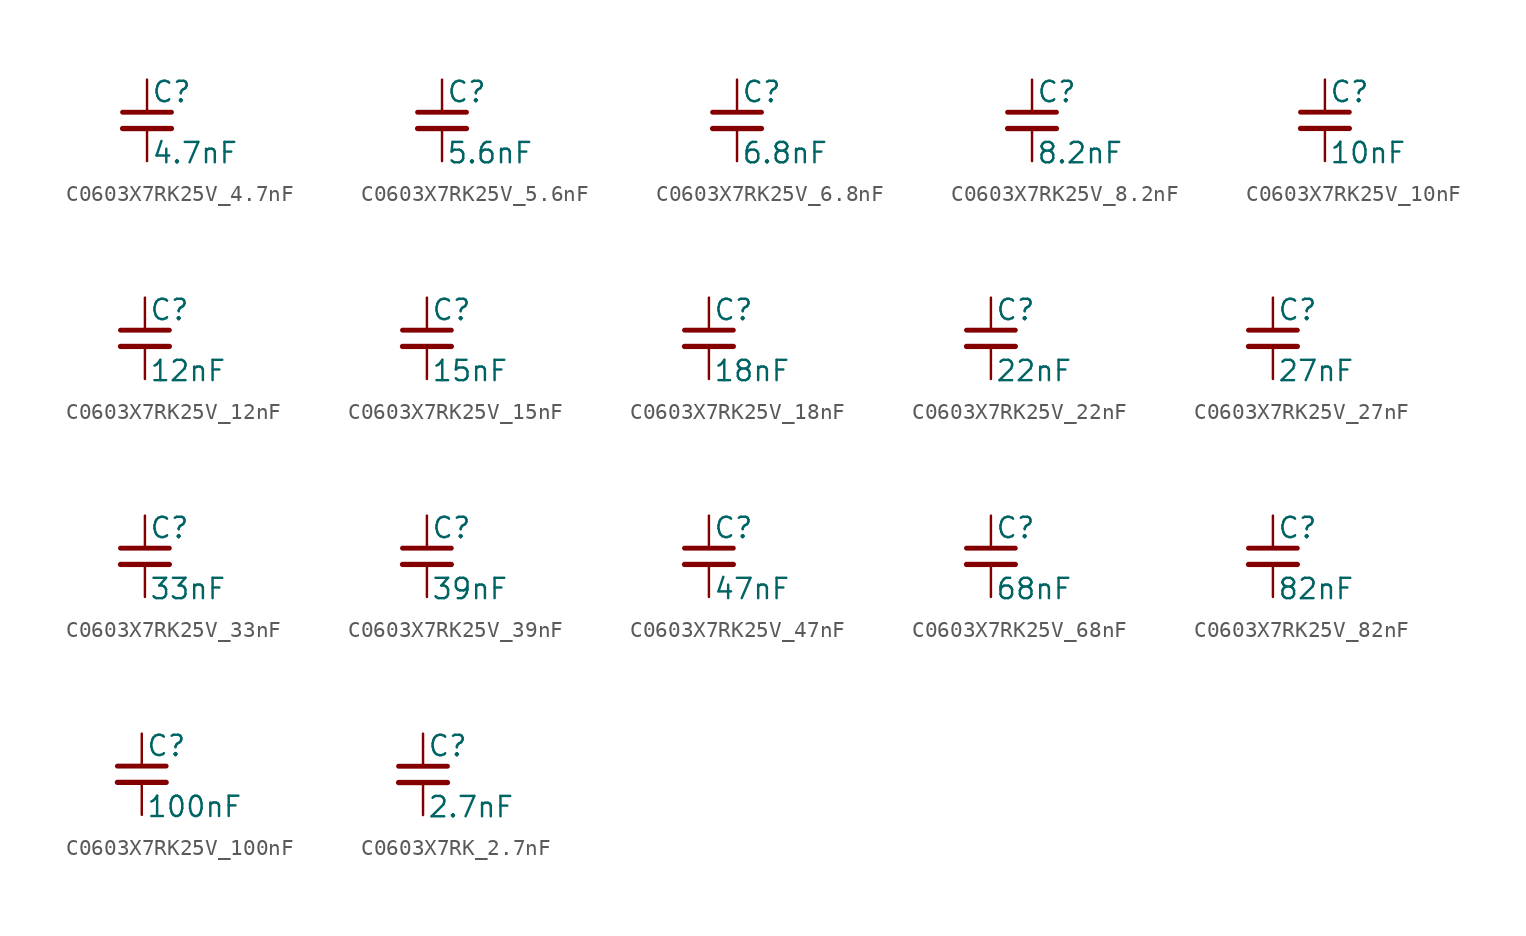
<source format=kicad_sym>
(kicad_symbol_lib
  (version 20220914)
  (generator kicad_symbol_editor)
  (symbol "C0603X7RK25V_4.7nF"
    (pin_numbers hide)
    (pin_names
      (offset 0.254) hide)
    (property "Reference" "C"
      (at 0.254 1.778 0)
      (effects (font (size 1.27 1.27)) (justify left)))
    (property "Value" "4.7nF"
      (at 0.254 -2.032 0)
      (effects (font (size 1.27 1.27)) (justify left)))
    (symbol "C0603X7RK25V_4.7nF_0_1"
      (polyline (pts (xy -1.524 -0.508) (xy 1.524 -0.508)) (stroke (width 0.33) (type default)) (fill (type none)))
      (polyline (pts (xy -1.524 0.508) (xy 1.524 0.508)) (stroke (width 0.305) (type default)) (fill (type none))))
    (symbol "C0603X7RK25V_4.7nF_1_1"
      (pin passive line (at 0 2.54 270) (length 2.032) (name "~" (effects (font (size 1.27 1.27)))) (number "1" (effects (font (size 1.27 1.27)))))
      (pin passive line (at 0 -2.54 90) (length 2.032) (name "~" (effects (font (size 1.27 1.27)))) (number "2" (effects (font (size 1.27 1.27)))))))
  (symbol "C0603X7RK25V_5.6nF"
    (pin_numbers hide)
    (pin_names
      (offset 0.254) hide)
    (property "Reference" "C"
      (at 0.254 1.778 0)
      (effects (font (size 1.27 1.27)) (justify left)))
    (property "Value" "5.6nF"
      (at 0.254 -2.032 0)
      (effects (font (size 1.27 1.27)) (justify left)))
    (symbol "C0603X7RK25V_5.6nF_0_1"
      (polyline (pts (xy -1.524 -0.508) (xy 1.524 -0.508)) (stroke (width 0.33) (type default)) (fill (type none)))
      (polyline (pts (xy -1.524 0.508) (xy 1.524 0.508)) (stroke (width 0.305) (type default)) (fill (type none))))
    (symbol "C0603X7RK25V_5.6nF_1_1"
      (pin passive line (at 0 2.54 270) (length 2.032) (name "~" (effects (font (size 1.27 1.27)))) (number "1" (effects (font (size 1.27 1.27)))))
      (pin passive line (at 0 -2.54 90) (length 2.032) (name "~" (effects (font (size 1.27 1.27)))) (number "2" (effects (font (size 1.27 1.27)))))))
  (symbol "C0603X7RK25V_6.8nF"
    (pin_numbers hide)
    (pin_names
      (offset 0.254) hide)
    (property "Reference" "C"
      (at 0.254 1.778 0)
      (effects (font (size 1.27 1.27)) (justify left)))
    (property "Value" "6.8nF"
      (at 0.254 -2.032 0)
      (effects (font (size 1.27 1.27)) (justify left)))
    (symbol "C0603X7RK25V_6.8nF_0_1"
      (polyline (pts (xy -1.524 -0.508) (xy 1.524 -0.508)) (stroke (width 0.33) (type default)) (fill (type none)))
      (polyline (pts (xy -1.524 0.508) (xy 1.524 0.508)) (stroke (width 0.305) (type default)) (fill (type none))))
    (symbol "C0603X7RK25V_6.8nF_1_1"
      (pin passive line (at 0 2.54 270) (length 2.032) (name "~" (effects (font (size 1.27 1.27)))) (number "1" (effects (font (size 1.27 1.27)))))
      (pin passive line (at 0 -2.54 90) (length 2.032) (name "~" (effects (font (size 1.27 1.27)))) (number "2" (effects (font (size 1.27 1.27)))))))
  (symbol "C0603X7RK25V_8.2nF"
    (pin_numbers hide)
    (pin_names
      (offset 0.254) hide)
    (property "Reference" "C"
      (at 0.254 1.778 0)
      (effects (font (size 1.27 1.27)) (justify left)))
    (property "Value" "8.2nF"
      (at 0.254 -2.032 0)
      (effects (font (size 1.27 1.27)) (justify left)))
    (symbol "C0603X7RK25V_8.2nF_0_1"
      (polyline (pts (xy -1.524 -0.508) (xy 1.524 -0.508)) (stroke (width 0.33) (type default)) (fill (type none)))
      (polyline (pts (xy -1.524 0.508) (xy 1.524 0.508)) (stroke (width 0.305) (type default)) (fill (type none))))
    (symbol "C0603X7RK25V_8.2nF_1_1"
      (pin passive line (at 0 2.54 270) (length 2.032) (name "~" (effects (font (size 1.27 1.27)))) (number "1" (effects (font (size 1.27 1.27)))))
      (pin passive line (at 0 -2.54 90) (length 2.032) (name "~" (effects (font (size 1.27 1.27)))) (number "2" (effects (font (size 1.27 1.27)))))))
  (symbol "C0603X7RK25V_10nF"
    (pin_numbers hide)
    (pin_names
      (offset 0.254) hide)
    (property "Reference" "C"
      (at 0.254 1.778 0)
      (effects (font (size 1.27 1.27)) (justify left)))
    (property "Value" "10nF"
      (at 0.254 -2.032 0)
      (effects (font (size 1.27 1.27)) (justify left)))
    (symbol "C0603X7RK25V_10nF_0_1"
      (polyline (pts (xy -1.524 -0.508) (xy 1.524 -0.508)) (stroke (width 0.33) (type default)) (fill (type none)))
      (polyline (pts (xy -1.524 0.508) (xy 1.524 0.508)) (stroke (width 0.305) (type default)) (fill (type none))))
    (symbol "C0603X7RK25V_10nF_1_1"
      (pin passive line (at 0 2.54 270) (length 2.032) (name "~" (effects (font (size 1.27 1.27)))) (number "1" (effects (font (size 1.27 1.27)))))
      (pin passive line (at 0 -2.54 90) (length 2.032) (name "~" (effects (font (size 1.27 1.27)))) (number "2" (effects (font (size 1.27 1.27)))))))
  (symbol "C0603X7RK25V_12nF"
    (pin_numbers hide)
    (pin_names
      (offset 0.254) hide)
    (property "Reference" "C"
      (at 0.254 1.778 0)
      (effects (font (size 1.27 1.27)) (justify left)))
    (property "Value" "12nF"
      (at 0.254 -2.032 0)
      (effects (font (size 1.27 1.27)) (justify left)))
    (symbol "C0603X7RK25V_12nF_0_1"
      (polyline (pts (xy -1.524 -0.508) (xy 1.524 -0.508)) (stroke (width 0.33) (type default)) (fill (type none)))
      (polyline (pts (xy -1.524 0.508) (xy 1.524 0.508)) (stroke (width 0.305) (type default)) (fill (type none))))
    (symbol "C0603X7RK25V_12nF_1_1"
      (pin passive line (at 0 2.54 270) (length 2.032) (name "~" (effects (font (size 1.27 1.27)))) (number "1" (effects (font (size 1.27 1.27)))))
      (pin passive line (at 0 -2.54 90) (length 2.032) (name "~" (effects (font (size 1.27 1.27)))) (number "2" (effects (font (size 1.27 1.27)))))))
  (symbol "C0603X7RK25V_15nF"
    (pin_numbers hide)
    (pin_names
      (offset 0.254) hide)
    (property "Reference" "C"
      (at 0.254 1.778 0)
      (effects (font (size 1.27 1.27)) (justify left)))
    (property "Value" "15nF"
      (at 0.254 -2.032 0)
      (effects (font (size 1.27 1.27)) (justify left)))
    (symbol "C0603X7RK25V_15nF_0_1"
      (polyline (pts (xy -1.524 -0.508) (xy 1.524 -0.508)) (stroke (width 0.33) (type default)) (fill (type none)))
      (polyline (pts (xy -1.524 0.508) (xy 1.524 0.508)) (stroke (width 0.305) (type default)) (fill (type none))))
    (symbol "C0603X7RK25V_15nF_1_1"
      (pin passive line (at 0 2.54 270) (length 2.032) (name "~" (effects (font (size 1.27 1.27)))) (number "1" (effects (font (size 1.27 1.27)))))
      (pin passive line (at 0 -2.54 90) (length 2.032) (name "~" (effects (font (size 1.27 1.27)))) (number "2" (effects (font (size 1.27 1.27)))))))
  (symbol "C0603X7RK25V_18nF"
    (pin_numbers hide)
    (pin_names
      (offset 0.254) hide)
    (property "Reference" "C"
      (at 0.254 1.778 0)
      (effects (font (size 1.27 1.27)) (justify left)))
    (property "Value" "18nF"
      (at 0.254 -2.032 0)
      (effects (font (size 1.27 1.27)) (justify left)))
    (symbol "C0603X7RK25V_18nF_0_1"
      (polyline (pts (xy -1.524 -0.508) (xy 1.524 -0.508)) (stroke (width 0.33) (type default)) (fill (type none)))
      (polyline (pts (xy -1.524 0.508) (xy 1.524 0.508)) (stroke (width 0.305) (type default)) (fill (type none))))
    (symbol "C0603X7RK25V_18nF_1_1"
      (pin passive line (at 0 2.54 270) (length 2.032) (name "~" (effects (font (size 1.27 1.27)))) (number "1" (effects (font (size 1.27 1.27)))))
      (pin passive line (at 0 -2.54 90) (length 2.032) (name "~" (effects (font (size 1.27 1.27)))) (number "2" (effects (font (size 1.27 1.27)))))))
  (symbol "C0603X7RK25V_22nF"
    (pin_numbers hide)
    (pin_names
      (offset 0.254) hide)
    (property "Reference" "C"
      (at 0.254 1.778 0)
      (effects (font (size 1.27 1.27)) (justify left)))
    (property "Value" "22nF"
      (at 0.254 -2.032 0)
      (effects (font (size 1.27 1.27)) (justify left)))
    (symbol "C0603X7RK25V_22nF_0_1"
      (polyline (pts (xy -1.524 -0.508) (xy 1.524 -0.508)) (stroke (width 0.33) (type default)) (fill (type none)))
      (polyline (pts (xy -1.524 0.508) (xy 1.524 0.508)) (stroke (width 0.305) (type default)) (fill (type none))))
    (symbol "C0603X7RK25V_22nF_1_1"
      (pin passive line (at 0 2.54 270) (length 2.032) (name "~" (effects (font (size 1.27 1.27)))) (number "1" (effects (font (size 1.27 1.27)))))
      (pin passive line (at 0 -2.54 90) (length 2.032) (name "~" (effects (font (size 1.27 1.27)))) (number "2" (effects (font (size 1.27 1.27)))))))
  (symbol "C0603X7RK25V_27nF"
    (pin_numbers hide)
    (pin_names
      (offset 0.254) hide)
    (property "Reference" "C"
      (at 0.254 1.778 0)
      (effects (font (size 1.27 1.27)) (justify left)))
    (property "Value" "27nF"
      (at 0.254 -2.032 0)
      (effects (font (size 1.27 1.27)) (justify left)))
    (symbol "C0603X7RK25V_27nF_0_1"
      (polyline (pts (xy -1.524 -0.508) (xy 1.524 -0.508)) (stroke (width 0.33) (type default)) (fill (type none)))
      (polyline (pts (xy -1.524 0.508) (xy 1.524 0.508)) (stroke (width 0.305) (type default)) (fill (type none))))
    (symbol "C0603X7RK25V_27nF_1_1"
      (pin passive line (at 0 2.54 270) (length 2.032) (name "~" (effects (font (size 1.27 1.27)))) (number "1" (effects (font (size 1.27 1.27)))))
      (pin passive line (at 0 -2.54 90) (length 2.032) (name "~" (effects (font (size 1.27 1.27)))) (number "2" (effects (font (size 1.27 1.27)))))))
  (symbol "C0603X7RK25V_33nF"
    (pin_numbers hide)
    (pin_names
      (offset 0.254) hide)
    (property "Reference" "C"
      (at 0.254 1.778 0)
      (effects (font (size 1.27 1.27)) (justify left)))
    (property "Value" "33nF"
      (at 0.254 -2.032 0)
      (effects (font (size 1.27 1.27)) (justify left)))
    (symbol "C0603X7RK25V_33nF_0_1"
      (polyline (pts (xy -1.524 -0.508) (xy 1.524 -0.508)) (stroke (width 0.33) (type default)) (fill (type none)))
      (polyline (pts (xy -1.524 0.508) (xy 1.524 0.508)) (stroke (width 0.305) (type default)) (fill (type none))))
    (symbol "C0603X7RK25V_33nF_1_1"
      (pin passive line (at 0 2.54 270) (length 2.032) (name "~" (effects (font (size 1.27 1.27)))) (number "1" (effects (font (size 1.27 1.27)))))
      (pin passive line (at 0 -2.54 90) (length 2.032) (name "~" (effects (font (size 1.27 1.27)))) (number "2" (effects (font (size 1.27 1.27)))))))
  (symbol "C0603X7RK25V_39nF"
    (pin_numbers hide)
    (pin_names
      (offset 0.254) hide)
    (property "Reference" "C"
      (at 0.254 1.778 0)
      (effects (font (size 1.27 1.27)) (justify left)))
    (property "Value" "39nF"
      (at 0.254 -2.032 0)
      (effects (font (size 1.27 1.27)) (justify left)))
    (symbol "C0603X7RK25V_39nF_0_1"
      (polyline (pts (xy -1.524 -0.508) (xy 1.524 -0.508)) (stroke (width 0.33) (type default)) (fill (type none)))
      (polyline (pts (xy -1.524 0.508) (xy 1.524 0.508)) (stroke (width 0.305) (type default)) (fill (type none))))
    (symbol "C0603X7RK25V_39nF_1_1"
      (pin passive line (at 0 2.54 270) (length 2.032) (name "~" (effects (font (size 1.27 1.27)))) (number "1" (effects (font (size 1.27 1.27)))))
      (pin passive line (at 0 -2.54 90) (length 2.032) (name "~" (effects (font (size 1.27 1.27)))) (number "2" (effects (font (size 1.27 1.27)))))))
  (symbol "C0603X7RK25V_47nF"
    (pin_numbers hide)
    (pin_names
      (offset 0.254) hide)
    (property "Reference" "C"
      (at 0.254 1.778 0)
      (effects (font (size 1.27 1.27)) (justify left)))
    (property "Value" "47nF"
      (at 0.254 -2.032 0)
      (effects (font (size 1.27 1.27)) (justify left)))
    (symbol "C0603X7RK25V_47nF_0_1"
      (polyline (pts (xy -1.524 -0.508) (xy 1.524 -0.508)) (stroke (width 0.33) (type default)) (fill (type none)))
      (polyline (pts (xy -1.524 0.508) (xy 1.524 0.508)) (stroke (width 0.305) (type default)) (fill (type none))))
    (symbol "C0603X7RK25V_47nF_1_1"
      (pin passive line (at 0 2.54 270) (length 2.032) (name "~" (effects (font (size 1.27 1.27)))) (number "1" (effects (font (size 1.27 1.27)))))
      (pin passive line (at 0 -2.54 90) (length 2.032) (name "~" (effects (font (size 1.27 1.27)))) (number "2" (effects (font (size 1.27 1.27)))))))
  (symbol "C0603X7RK25V_68nF"
    (pin_numbers hide)
    (pin_names
      (offset 0.254) hide)
    (property "Reference" "C"
      (at 0.254 1.778 0)
      (effects (font (size 1.27 1.27)) (justify left)))
    (property "Value" "68nF"
      (at 0.254 -2.032 0)
      (effects (font (size 1.27 1.27)) (justify left)))
    (symbol "C0603X7RK25V_68nF_0_1"
      (polyline (pts (xy -1.524 -0.508) (xy 1.524 -0.508)) (stroke (width 0.33) (type default)) (fill (type none)))
      (polyline (pts (xy -1.524 0.508) (xy 1.524 0.508)) (stroke (width 0.305) (type default)) (fill (type none))))
    (symbol "C0603X7RK25V_68nF_1_1"
      (pin passive line (at 0 2.54 270) (length 2.032) (name "~" (effects (font (size 1.27 1.27)))) (number "1" (effects (font (size 1.27 1.27)))))
      (pin passive line (at 0 -2.54 90) (length 2.032) (name "~" (effects (font (size 1.27 1.27)))) (number "2" (effects (font (size 1.27 1.27)))))))
  (symbol "C0603X7RK25V_82nF"
    (pin_numbers hide)
    (pin_names
      (offset 0.254) hide)
    (property "Reference" "C"
      (at 0.254 1.778 0)
      (effects (font (size 1.27 1.27)) (justify left)))
    (property "Value" "82nF"
      (at 0.254 -2.032 0)
      (effects (font (size 1.27 1.27)) (justify left)))
    (symbol "C0603X7RK25V_82nF_0_1"
      (polyline (pts (xy -1.524 -0.508) (xy 1.524 -0.508)) (stroke (width 0.33) (type default)) (fill (type none)))
      (polyline (pts (xy -1.524 0.508) (xy 1.524 0.508)) (stroke (width 0.305) (type default)) (fill (type none))))
    (symbol "C0603X7RK25V_82nF_1_1"
      (pin passive line (at 0 2.54 270) (length 2.032) (name "~" (effects (font (size 1.27 1.27)))) (number "1" (effects (font (size 1.27 1.27)))))
      (pin passive line (at 0 -2.54 90) (length 2.032) (name "~" (effects (font (size 1.27 1.27)))) (number "2" (effects (font (size 1.27 1.27)))))))
  (symbol "C0603X7RK25V_100nF"
    (pin_numbers hide)
    (pin_names
      (offset 0.254) hide)
    (property "Reference" "C"
      (at 0.254 1.778 0)
      (effects (font (size 1.27 1.27)) (justify left)))
    (property "Value" "100nF"
      (at 0.254 -2.032 0)
      (effects (font (size 1.27 1.27)) (justify left)))
    (symbol "C0603X7RK25V_100nF_0_1"
      (polyline (pts (xy -1.524 -0.508) (xy 1.524 -0.508)) (stroke (width 0.33) (type default)) (fill (type none)))
      (polyline (pts (xy -1.524 0.508) (xy 1.524 0.508)) (stroke (width 0.305) (type default)) (fill (type none))))
    (symbol "C0603X7RK25V_100nF_1_1"
      (pin passive line (at 0 2.54 270) (length 2.032) (name "~" (effects (font (size 1.27 1.27)))) (number "1" (effects (font (size 1.27 1.27)))))
      (pin passive line (at 0 -2.54 90) (length 2.032) (name "~" (effects (font (size 1.27 1.27)))) (number "2" (effects (font (size 1.27 1.27)))))))
  (symbol "C0603X7RK_2.7nF"
    (pin_numbers hide)
    (pin_names
      (offset 0.254) hide)
    (property "Reference" "C"
      (at 0.254 1.778 0)
      (effects (font (size 1.27 1.27)) (justify left)))
    (property "Value" "2.7nF"
      (at 0.254 -2.032 0)
      (effects (font (size 1.27 1.27)) (justify left)))
    (symbol "C0603X7RK_2.7nF_0_1"
      (polyline (pts (xy -1.524 -0.508) (xy 1.524 -0.508)) (stroke (width 0.33) (type default)) (fill (type none)))
      (polyline (pts (xy -1.524 0.508) (xy 1.524 0.508)) (stroke (width 0.305) (type default)) (fill (type none))))
    (symbol "C0603X7RK_2.7nF_1_1"
      (pin passive line (at 0 2.54 270) (length 2.032) (name "~" (effects (font (size 1.27 1.27)))) (number "1" (effects (font (size 1.27 1.27)))))
      (pin passive line (at 0 -2.54 90) (length 2.032) (name "~" (effects (font (size 1.27 1.27)))) (number "2" (effects (font (size 1.27 1.27))))))))
</source>
